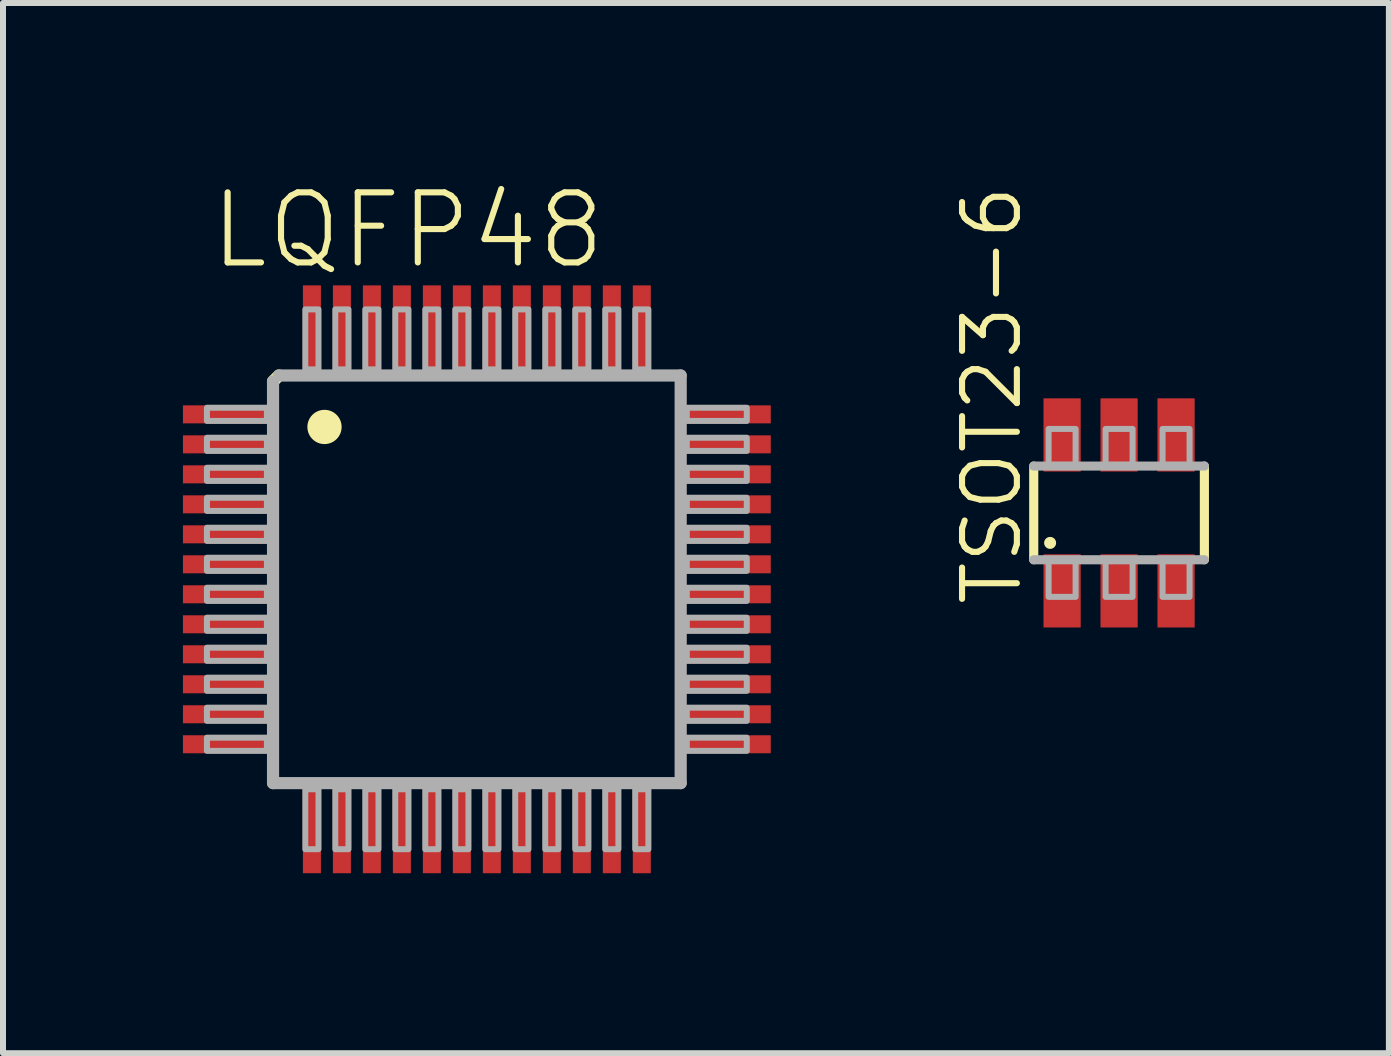
<source format=kicad_pcb>
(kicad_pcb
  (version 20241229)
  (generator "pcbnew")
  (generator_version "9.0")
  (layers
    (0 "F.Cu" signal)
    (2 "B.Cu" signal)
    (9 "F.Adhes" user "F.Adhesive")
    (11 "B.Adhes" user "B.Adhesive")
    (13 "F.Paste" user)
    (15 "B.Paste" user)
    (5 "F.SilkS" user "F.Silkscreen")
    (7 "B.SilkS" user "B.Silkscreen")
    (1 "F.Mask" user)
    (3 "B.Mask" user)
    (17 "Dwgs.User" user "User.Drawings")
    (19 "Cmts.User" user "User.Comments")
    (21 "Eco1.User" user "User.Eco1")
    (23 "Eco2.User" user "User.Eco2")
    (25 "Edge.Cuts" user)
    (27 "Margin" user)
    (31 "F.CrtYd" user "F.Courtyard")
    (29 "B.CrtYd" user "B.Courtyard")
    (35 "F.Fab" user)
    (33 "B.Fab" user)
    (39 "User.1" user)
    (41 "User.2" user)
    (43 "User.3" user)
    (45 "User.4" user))
  (footprint "LQFP48"
    (layer "F.Cu")
    (at 4.9 6.608)
    (property "Reference" "LQFP48" (at -4.5 -5.135 0) (layer "F.SilkS") (effects (font (size 1.168 1.168) (thickness 0.102)) (justify left bottom)))
    (fp_line (start -3.398 -3.3) (end -3.3 -3.398) (stroke (width 0.203) (type solid)) (layer "F.SilkS"))
    (fp_circle (center -2.54 -2.54) (end -2.397 -2.54) (stroke (width 0.285) (type solid)) (fill yes) (layer "F.SilkS"))
    (fp_line (start -3.398 -3.3) (end -3.398 3.398) (stroke (width 0.203) (type solid)) (layer "F.Fab"))
    (fp_line (start -3.398 3.398) (end 3.398 3.398) (stroke (width 0.203) (type solid)) (layer "F.Fab"))
    (fp_line (start 3.398 -3.398) (end -3.3 -3.398) (stroke (width 0.203) (type solid)) (layer "F.Fab"))
    (fp_line (start 3.398 3.398) (end 3.398 -3.398) (stroke (width 0.203) (type solid)) (layer "F.Fab"))
    (fp_poly (pts (xy -4.5 -2.64) (xy -3.5 -2.64) (xy -3.5 -2.86) (xy -4.5 -2.86)) (stroke (width 0.1) (type default)) (fill no) (layer "F.Fab"))
    (fp_poly (pts (xy -4.5 -2.14) (xy -3.5 -2.14) (xy -3.5 -2.36) (xy -4.5 -2.36)) (stroke (width 0.1) (type default)) (fill no) (layer "F.Fab"))
    (fp_poly (pts (xy -4.5 -1.64) (xy -3.5 -1.64) (xy -3.5 -1.86) (xy -4.5 -1.86)) (stroke (width 0.1) (type default)) (fill no) (layer "F.Fab"))
    (fp_poly (pts (xy -4.5 -1.14) (xy -3.5 -1.14) (xy -3.5 -1.36) (xy -4.5 -1.36)) (stroke (width 0.1) (type default)) (fill no) (layer "F.Fab"))
    (fp_poly (pts (xy -4.5 -0.64) (xy -3.5 -0.64) (xy -3.5 -0.86) (xy -4.5 -0.86)) (stroke (width 0.1) (type default)) (fill no) (layer "F.Fab"))
    (fp_poly (pts (xy -4.5 -0.14) (xy -3.5 -0.14) (xy -3.5 -0.36) (xy -4.5 -0.36)) (stroke (width 0.1) (type default)) (fill no) (layer "F.Fab"))
    (fp_poly (pts (xy -4.5 0.36) (xy -3.5 0.36) (xy -3.5 0.14) (xy -4.5 0.14)) (stroke (width 0.1) (type default)) (fill no) (layer "F.Fab"))
    (fp_poly (pts (xy -4.5 0.86) (xy -3.5 0.86) (xy -3.5 0.64) (xy -4.5 0.64)) (stroke (width 0.1) (type default)) (fill no) (layer "F.Fab"))
    (fp_poly (pts (xy -4.5 1.36) (xy -3.5 1.36) (xy -3.5 1.14) (xy -4.5 1.14)) (stroke (width 0.1) (type default)) (fill no) (layer "F.Fab"))
    (fp_poly (pts (xy -4.5 1.86) (xy -3.5 1.86) (xy -3.5 1.64) (xy -4.5 1.64)) (stroke (width 0.1) (type default)) (fill no) (layer "F.Fab"))
    (fp_poly (pts (xy -4.5 2.36) (xy -3.5 2.36) (xy -3.5 2.14) (xy -4.5 2.14)) (stroke (width 0.1) (type default)) (fill no) (layer "F.Fab"))
    (fp_poly (pts (xy -4.5 2.86) (xy -3.5 2.86) (xy -3.5 2.64) (xy -4.5 2.64)) (stroke (width 0.1) (type default)) (fill no) (layer "F.Fab"))
    (fp_poly (pts (xy -2.86 -3.5) (xy -2.64 -3.5) (xy -2.64 -4.5) (xy -2.86 -4.5)) (stroke (width 0.1) (type default)) (fill no) (layer "F.Fab"))
    (fp_poly (pts (xy -2.86 4.5) (xy -2.64 4.5) (xy -2.64 3.5) (xy -2.86 3.5)) (stroke (width 0.1) (type default)) (fill no) (layer "F.Fab"))
    (fp_poly (pts (xy -2.36 -3.5) (xy -2.14 -3.5) (xy -2.14 -4.5) (xy -2.36 -4.5)) (stroke (width 0.1) (type default)) (fill no) (layer "F.Fab"))
    (fp_poly (pts (xy -2.36 4.5) (xy -2.14 4.5) (xy -2.14 3.5) (xy -2.36 3.5)) (stroke (width 0.1) (type default)) (fill no) (layer "F.Fab"))
    (fp_poly (pts (xy -1.86 -3.5) (xy -1.64 -3.5) (xy -1.64 -4.5) (xy -1.86 -4.5)) (stroke (width 0.1) (type default)) (fill no) (layer "F.Fab"))
    (fp_poly (pts (xy -1.86 4.5) (xy -1.64 4.5) (xy -1.64 3.5) (xy -1.86 3.5)) (stroke (width 0.1) (type default)) (fill no) (layer "F.Fab"))
    (fp_poly (pts (xy -1.36 -3.5) (xy -1.14 -3.5) (xy -1.14 -4.5) (xy -1.36 -4.5)) (stroke (width 0.1) (type default)) (fill no) (layer "F.Fab"))
    (fp_poly (pts (xy -1.36 4.5) (xy -1.14 4.5) (xy -1.14 3.5) (xy -1.36 3.5)) (stroke (width 0.1) (type default)) (fill no) (layer "F.Fab"))
    (fp_poly (pts (xy -0.86 -3.5) (xy -0.64 -3.5) (xy -0.64 -4.5) (xy -0.86 -4.5)) (stroke (width 0.1) (type default)) (fill no) (layer "F.Fab"))
    (fp_poly (pts (xy -0.86 4.5) (xy -0.64 4.5) (xy -0.64 3.5) (xy -0.86 3.5)) (stroke (width 0.1) (type default)) (fill no) (layer "F.Fab"))
    (fp_poly (pts (xy -0.36 -3.5) (xy -0.14 -3.5) (xy -0.14 -4.5) (xy -0.36 -4.5)) (stroke (width 0.1) (type default)) (fill no) (layer "F.Fab"))
    (fp_poly (pts (xy -0.36 4.5) (xy -0.14 4.5) (xy -0.14 3.5) (xy -0.36 3.5)) (stroke (width 0.1) (type default)) (fill no) (layer "F.Fab"))
    (fp_poly (pts (xy 0.14 -3.5) (xy 0.36 -3.5) (xy 0.36 -4.5) (xy 0.14 -4.5)) (stroke (width 0.1) (type default)) (fill no) (layer "F.Fab"))
    (fp_poly (pts (xy 0.14 4.5) (xy 0.36 4.5) (xy 0.36 3.5) (xy 0.14 3.5)) (stroke (width 0.1) (type default)) (fill no) (layer "F.Fab"))
    (fp_poly (pts (xy 0.64 -3.5) (xy 0.86 -3.5) (xy 0.86 -4.5) (xy 0.64 -4.5)) (stroke (width 0.1) (type default)) (fill no) (layer "F.Fab"))
    (fp_poly (pts (xy 0.64 4.5) (xy 0.86 4.5) (xy 0.86 3.5) (xy 0.64 3.5)) (stroke (width 0.1) (type default)) (fill no) (layer "F.Fab"))
    (fp_poly (pts (xy 1.14 -3.5) (xy 1.36 -3.5) (xy 1.36 -4.5) (xy 1.14 -4.5)) (stroke (width 0.1) (type default)) (fill no) (layer "F.Fab"))
    (fp_poly (pts (xy 1.14 4.5) (xy 1.36 4.5) (xy 1.36 3.5) (xy 1.14 3.5)) (stroke (width 0.1) (type default)) (fill no) (layer "F.Fab"))
    (fp_poly (pts (xy 1.64 -3.5) (xy 1.86 -3.5) (xy 1.86 -4.5) (xy 1.64 -4.5)) (stroke (width 0.1) (type default)) (fill no) (layer "F.Fab"))
    (fp_poly (pts (xy 1.64 4.5) (xy 1.86 4.5) (xy 1.86 3.5) (xy 1.64 3.5)) (stroke (width 0.1) (type default)) (fill no) (layer "F.Fab"))
    (fp_poly (pts (xy 2.14 -3.5) (xy 2.36 -3.5) (xy 2.36 -4.5) (xy 2.14 -4.5)) (stroke (width 0.1) (type default)) (fill no) (layer "F.Fab"))
    (fp_poly (pts (xy 2.14 4.5) (xy 2.36 4.5) (xy 2.36 3.5) (xy 2.14 3.5)) (stroke (width 0.1) (type default)) (fill no) (layer "F.Fab"))
    (fp_poly (pts (xy 2.64 -3.5) (xy 2.86 -3.5) (xy 2.86 -4.5) (xy 2.64 -4.5)) (stroke (width 0.1) (type default)) (fill no) (layer "F.Fab"))
    (fp_poly (pts (xy 2.64 4.5) (xy 2.86 4.5) (xy 2.86 3.5) (xy 2.64 3.5)) (stroke (width 0.1) (type default)) (fill no) (layer "F.Fab"))
    (fp_poly (pts (xy 3.5 -2.64) (xy 4.5 -2.64) (xy 4.5 -2.86) (xy 3.5 -2.86)) (stroke (width 0.1) (type default)) (fill no) (layer "F.Fab"))
    (fp_poly (pts (xy 3.5 -2.14) (xy 4.5 -2.14) (xy 4.5 -2.36) (xy 3.5 -2.36)) (stroke (width 0.1) (type default)) (fill no) (layer "F.Fab"))
    (fp_poly (pts (xy 3.5 -1.64) (xy 4.5 -1.64) (xy 4.5 -1.86) (xy 3.5 -1.86)) (stroke (width 0.1) (type default)) (fill no) (layer "F.Fab"))
    (fp_poly (pts (xy 3.5 -1.14) (xy 4.5 -1.14) (xy 4.5 -1.36) (xy 3.5 -1.36)) (stroke (width 0.1) (type default)) (fill no) (layer "F.Fab"))
    (fp_poly (pts (xy 3.5 -0.64) (xy 4.5 -0.64) (xy 4.5 -0.86) (xy 3.5 -0.86)) (stroke (width 0.1) (type default)) (fill no) (layer "F.Fab"))
    (fp_poly (pts (xy 3.5 -0.14) (xy 4.5 -0.14) (xy 4.5 -0.36) (xy 3.5 -0.36)) (stroke (width 0.1) (type default)) (fill no) (layer "F.Fab"))
    (fp_poly (pts (xy 3.5 0.36) (xy 4.5 0.36) (xy 4.5 0.14) (xy 3.5 0.14)) (stroke (width 0.1) (type default)) (fill no) (layer "F.Fab"))
    (fp_poly (pts (xy 3.5 0.86) (xy 4.5 0.86) (xy 4.5 0.64) (xy 3.5 0.64)) (stroke (width 0.1) (type default)) (fill no) (layer "F.Fab"))
    (fp_poly (pts (xy 3.5 1.36) (xy 4.5 1.36) (xy 4.5 1.14) (xy 3.5 1.14)) (stroke (width 0.1) (type default)) (fill no) (layer "F.Fab"))
    (fp_poly (pts (xy 3.5 1.86) (xy 4.5 1.86) (xy 4.5 1.64) (xy 3.5 1.64)) (stroke (width 0.1) (type default)) (fill no) (layer "F.Fab"))
    (fp_poly (pts (xy 3.5 2.36) (xy 4.5 2.36) (xy 4.5 2.14) (xy 3.5 2.14)) (stroke (width 0.1) (type default)) (fill no) (layer "F.Fab"))
    (fp_poly (pts (xy 3.5 2.86) (xy 4.5 2.86) (xy 4.5 2.64) (xy 3.5 2.64)) (stroke (width 0.1) (type default)) (fill no) (layer "F.Fab"))
    (pad "1" smd rect (at -4.15 -2.75) (size 1.5 0.3) (layers "F.Cu" "F.Mask" "F.Paste"))
    (pad "2" smd rect (at -4.15 -2.25) (size 1.5 0.3) (layers "F.Cu" "F.Mask" "F.Paste"))
    (pad "3" smd rect (at -4.15 -1.75) (size 1.5 0.3) (layers "F.Cu" "F.Mask" "F.Paste"))
    (pad "4" smd rect (at -4.15 -1.25) (size 1.5 0.3) (layers "F.Cu" "F.Mask" "F.Paste"))
    (pad "5" smd rect (at -4.15 -0.75) (size 1.5 0.3) (layers "F.Cu" "F.Mask" "F.Paste"))
    (pad "6" smd rect (at -4.15 -0.25) (size 1.5 0.3) (layers "F.Cu" "F.Mask" "F.Paste"))
    (pad "7" smd rect (at -4.15 0.25) (size 1.5 0.3) (layers "F.Cu" "F.Mask" "F.Paste"))
    (pad "8" smd rect (at -4.15 0.75) (size 1.5 0.3) (layers "F.Cu" "F.Mask" "F.Paste"))
    (pad "9" smd rect (at -4.15 1.25) (size 1.5 0.3) (layers "F.Cu" "F.Mask" "F.Paste"))
    (pad "10" smd rect (at -4.15 1.75) (size 1.5 0.3) (layers "F.Cu" "F.Mask" "F.Paste"))
    (pad "11" smd rect (at -4.15 2.25) (size 1.5 0.3) (layers "F.Cu" "F.Mask" "F.Paste"))
    (pad "12" smd rect (at -4.15 2.75) (size 1.5 0.3) (layers "F.Cu" "F.Mask" "F.Paste"))
    (pad "13" smd rect (at -2.75 4.15) (size 0.3 1.5) (layers "F.Cu" "F.Mask" "F.Paste"))
    (pad "14" smd rect (at -2.25 4.15) (size 0.3 1.5) (layers "F.Cu" "F.Mask" "F.Paste"))
    (pad "15" smd rect (at -1.75 4.15) (size 0.3 1.5) (layers "F.Cu" "F.Mask" "F.Paste"))
    (pad "16" smd rect (at -1.25 4.15) (size 0.3 1.5) (layers "F.Cu" "F.Mask" "F.Paste"))
    (pad "17" smd rect (at -0.75 4.15) (size 0.3 1.5) (layers "F.Cu" "F.Mask" "F.Paste"))
    (pad "18" smd rect (at -0.25 4.15) (size 0.3 1.5) (layers "F.Cu" "F.Mask" "F.Paste"))
    (pad "19" smd rect (at 0.25 4.15) (size 0.3 1.5) (layers "F.Cu" "F.Mask" "F.Paste"))
    (pad "20" smd rect (at 0.75 4.15) (size 0.3 1.5) (layers "F.Cu" "F.Mask" "F.Paste"))
    (pad "21" smd rect (at 1.25 4.15) (size 0.3 1.5) (layers "F.Cu" "F.Mask" "F.Paste"))
    (pad "22" smd rect (at 1.75 4.15) (size 0.3 1.5) (layers "F.Cu" "F.Mask" "F.Paste"))
    (pad "23" smd rect (at 2.25 4.15) (size 0.3 1.5) (layers "F.Cu" "F.Mask" "F.Paste"))
    (pad "24" smd rect (at 2.75 4.15) (size 0.3 1.5) (layers "F.Cu" "F.Mask" "F.Paste"))
    (pad "25" smd rect (at 4.15 2.75) (size 1.5 0.3) (layers "F.Cu" "F.Mask" "F.Paste"))
    (pad "26" smd rect (at 4.15 2.25) (size 1.5 0.3) (layers "F.Cu" "F.Mask" "F.Paste"))
    (pad "27" smd rect (at 4.15 1.75) (size 1.5 0.3) (layers "F.Cu" "F.Mask" "F.Paste"))
    (pad "28" smd rect (at 4.15 1.25) (size 1.5 0.3) (layers "F.Cu" "F.Mask" "F.Paste"))
    (pad "29" smd rect (at 4.15 0.75) (size 1.5 0.3) (layers "F.Cu" "F.Mask" "F.Paste"))
    (pad "30" smd rect (at 4.15 0.25) (size 1.5 0.3) (layers "F.Cu" "F.Mask" "F.Paste"))
    (pad "31" smd rect (at 4.15 -0.25) (size 1.5 0.3) (layers "F.Cu" "F.Mask" "F.Paste"))
    (pad "32" smd rect (at 4.15 -0.75) (size 1.5 0.3) (layers "F.Cu" "F.Mask" "F.Paste"))
    (pad "33" smd rect (at 4.15 -1.25) (size 1.5 0.3) (layers "F.Cu" "F.Mask" "F.Paste"))
    (pad "34" smd rect (at 4.15 -1.75) (size 1.5 0.3) (layers "F.Cu" "F.Mask" "F.Paste"))
    (pad "35" smd rect (at 4.15 -2.25) (size 1.5 0.3) (layers "F.Cu" "F.Mask" "F.Paste"))
    (pad "36" smd rect (at 4.15 -2.75) (size 1.5 0.3) (layers "F.Cu" "F.Mask" "F.Paste"))
    (pad "37" smd rect (at 2.75 -4.15) (size 0.3 1.5) (layers "F.Cu" "F.Mask" "F.Paste"))
    (pad "38" smd rect (at 2.25 -4.15) (size 0.3 1.5) (layers "F.Cu" "F.Mask" "F.Paste"))
    (pad "39" smd rect (at 1.75 -4.15) (size 0.3 1.5) (layers "F.Cu" "F.Mask" "F.Paste"))
    (pad "40" smd rect (at 1.25 -4.15) (size 0.3 1.5) (layers "F.Cu" "F.Mask" "F.Paste"))
    (pad "41" smd rect (at 0.75 -4.15) (size 0.3 1.5) (layers "F.Cu" "F.Mask" "F.Paste"))
    (pad "42" smd rect (at 0.25 -4.15) (size 0.3 1.5) (layers "F.Cu" "F.Mask" "F.Paste"))
    (pad "43" smd rect (at -0.25 -4.15) (size 0.3 1.5) (layers "F.Cu" "F.Mask" "F.Paste"))
    (pad "44" smd rect (at -0.75 -4.15) (size 0.3 1.5) (layers "F.Cu" "F.Mask" "F.Paste"))
    (pad "45" smd rect (at -1.25 -4.15) (size 0.3 1.5) (layers "F.Cu" "F.Mask" "F.Paste"))
    (pad "46" smd rect (at -1.75 -4.15) (size 0.3 1.5) (layers "F.Cu" "F.Mask" "F.Paste"))
    (pad "47" smd rect (at -2.25 -4.15) (size 0.3 1.5) (layers "F.Cu" "F.Mask" "F.Paste"))
    (pad "48" smd rect (at -2.75 -4.15) (size 0.3 1.5) (layers "F.Cu" "F.Mask" "F.Paste")))
  (footprint "TSOT23-6"
    (layer "F.Cu")
    (at 15.607 5.501)
    (property "Reference" "TSOT23-6" (at -1.587 1.587 90) (layer "F.SilkS") (effects (font (size 0.914 0.914) (thickness 0.102)) (justify left bottom)))
    (fp_line (start -1.423 0.781) (end -1.423 -0.781) (stroke (width 0.152) (type solid)) (layer "F.SilkS"))
    (fp_line (start 1.422 -0.781) (end 1.422 0.781) (stroke (width 0.152) (type solid)) (layer "F.SilkS"))
    (fp_circle (center -1.15 0.5) (end -1.1 0.5) (stroke (width 0.1) (type solid)) (fill yes) (layer "F.SilkS"))
    (fp_line (start -1.423 -0.781) (end 1.422 -0.781) (stroke (width 0.152) (type solid)) (layer "F.Fab"))
    (fp_line (start 1.422 0.781) (end -1.423 0.781) (stroke (width 0.152) (type solid)) (layer "F.Fab"))
    (fp_poly (pts (xy -1.175 -0.8) (xy -0.725 -0.8) (xy -0.725 -1.4) (xy -1.175 -1.4)) (stroke (width 0.1) (type default)) (fill no) (layer "F.Fab"))
    (fp_poly (pts (xy -1.175 1.4) (xy -0.725 1.4) (xy -0.725 0.8) (xy -1.175 0.8)) (stroke (width 0.1) (type default)) (fill no) (layer "F.Fab"))
    (fp_poly (pts (xy -0.225 -0.8) (xy 0.225 -0.8) (xy 0.225 -1.4) (xy -0.225 -1.4)) (stroke (width 0.1) (type default)) (fill no) (layer "F.Fab"))
    (fp_poly (pts (xy -0.225 1.4) (xy 0.225 1.4) (xy 0.225 0.8) (xy -0.225 0.8)) (stroke (width 0.1) (type default)) (fill no) (layer "F.Fab"))
    (fp_poly (pts (xy 0.725 -0.8) (xy 1.175 -0.8) (xy 1.175 -1.4) (xy 0.725 -1.4)) (stroke (width 0.1) (type default)) (fill no) (layer "F.Fab"))
    (fp_poly (pts (xy 0.725 1.4) (xy 1.175 1.4) (xy 1.175 0.8) (xy 0.725 0.8)) (stroke (width 0.1) (type default)) (fill no) (layer "F.Fab"))
    (pad "1" smd rect (at -0.95 1.3) (size 0.62 1.22) (layers "F.Cu" "F.Mask" "F.Paste"))
    (pad "2" smd rect (at 0 1.3) (size 0.62 1.22) (layers "F.Cu" "F.Mask" "F.Paste"))
    (pad "3" smd rect (at 0.95 1.3) (size 0.62 1.22) (layers "F.Cu" "F.Mask" "F.Paste"))
    (pad "4" smd rect (at 0.95 -1.3) (size 0.62 1.22) (layers "F.Cu" "F.Mask" "F.Paste"))
    (pad "5" smd rect (at 0 -1.3) (size 0.62 1.22) (layers "F.Cu" "F.Mask" "F.Paste"))
    (pad "6" smd rect (at -0.95 -1.3) (size 0.62 1.22) (layers "F.Cu" "F.Mask" "F.Paste")))
  (gr_rect
    (start -3 -3)
    (end 20.105 14.508)
    (stroke (width 0.1) (type default))
    (fill no)
    (layer "Edge.Cuts")))
</source>
